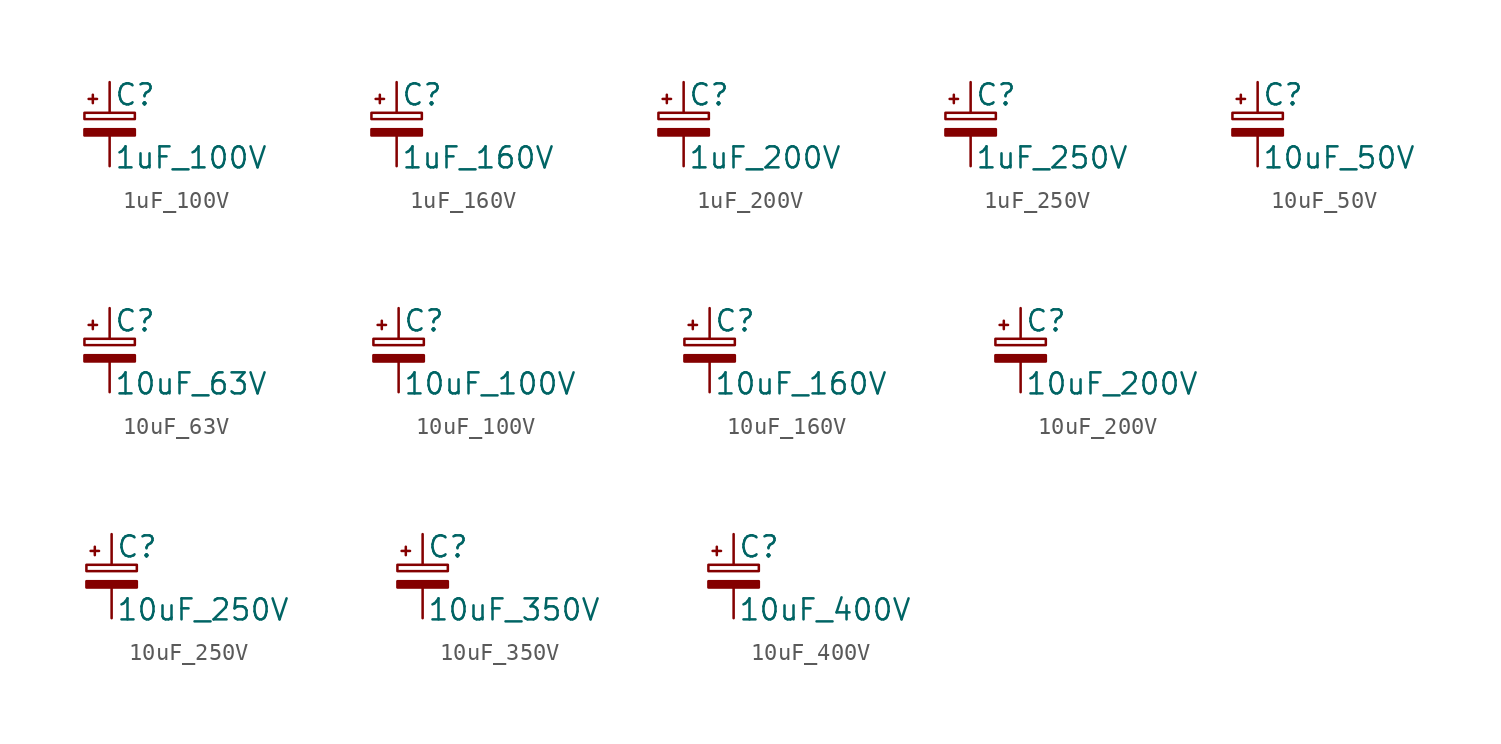
<source format=kicad_sym>
(kicad_symbol_lib
  (version 20211014)
  (generator kicad_symbol_editor)
  (symbol "1uF_100V"
    (pin_numbers hide)
    (pin_names
      (offset 0.254) hide)
    (property "Reference" "C"
      (at 0.254 1.778 0)
      (effects (font (size 1.27 1.27)) (justify left)))
    (property "Value" "1uF_100V"
      (at 0.254 -2.032 0)
      (effects (font (size 1.27 1.27)) (justify left)))
    (symbol "1uF_100V_0_1"
      (rectangle (start -1.524 -0.305) (end 1.524 -0.686) (stroke (width 0) (type default) (color 0 0 0 0)) (fill (type outline)))
      (rectangle (start -1.524 0.686) (end 1.524 0.305) (stroke (width 0) (type default) (color 0 0 0 0)) (fill (type none)))
      (polyline (pts (xy -1.27 1.524) (xy -0.762 1.524)) (stroke (width 0) (type default) (color 0 0 0 0)) (fill (type none)))
      (polyline (pts (xy -1.016 1.27) (xy -1.016 1.778)) (stroke (width 0) (type default) (color 0 0 0 0)) (fill (type none))))
    (symbol "1uF_100V_1_1"
      (pin passive line (at 0 2.54 270) (length 1.854) (name "~" (effects (font (size 1.27 1.27)))) (number "1" (effects (font (size 1.27 1.27)))))
      (pin passive line (at 0 -2.54 90) (length 1.854) (name "~" (effects (font (size 1.27 1.27)))) (number "2" (effects (font (size 1.27 1.27)))))))
  (symbol "1uF_160V"
    (pin_numbers hide)
    (pin_names
      (offset 0.254) hide)
    (property "Reference" "C"
      (at 0.254 1.778 0)
      (effects (font (size 1.27 1.27)) (justify left)))
    (property "Value" "1uF_160V"
      (at 0.254 -2.032 0)
      (effects (font (size 1.27 1.27)) (justify left)))
    (symbol "1uF_160V_0_1"
      (rectangle (start -1.524 -0.305) (end 1.524 -0.686) (stroke (width 0) (type default) (color 0 0 0 0)) (fill (type outline)))
      (rectangle (start -1.524 0.686) (end 1.524 0.305) (stroke (width 0) (type default) (color 0 0 0 0)) (fill (type none)))
      (polyline (pts (xy -1.27 1.524) (xy -0.762 1.524)) (stroke (width 0) (type default) (color 0 0 0 0)) (fill (type none)))
      (polyline (pts (xy -1.016 1.27) (xy -1.016 1.778)) (stroke (width 0) (type default) (color 0 0 0 0)) (fill (type none))))
    (symbol "1uF_160V_1_1"
      (pin passive line (at 0 2.54 270) (length 1.854) (name "~" (effects (font (size 1.27 1.27)))) (number "1" (effects (font (size 1.27 1.27)))))
      (pin passive line (at 0 -2.54 90) (length 1.854) (name "~" (effects (font (size 1.27 1.27)))) (number "2" (effects (font (size 1.27 1.27)))))))
  (symbol "1uF_200V"
    (pin_numbers hide)
    (pin_names
      (offset 0.254) hide)
    (property "Reference" "C"
      (at 0.254 1.778 0)
      (effects (font (size 1.27 1.27)) (justify left)))
    (property "Value" "1uF_200V"
      (at 0.254 -2.032 0)
      (effects (font (size 1.27 1.27)) (justify left)))
    (symbol "1uF_200V_0_1"
      (rectangle (start -1.524 -0.305) (end 1.524 -0.686) (stroke (width 0) (type default) (color 0 0 0 0)) (fill (type outline)))
      (rectangle (start -1.524 0.686) (end 1.524 0.305) (stroke (width 0) (type default) (color 0 0 0 0)) (fill (type none)))
      (polyline (pts (xy -1.27 1.524) (xy -0.762 1.524)) (stroke (width 0) (type default) (color 0 0 0 0)) (fill (type none)))
      (polyline (pts (xy -1.016 1.27) (xy -1.016 1.778)) (stroke (width 0) (type default) (color 0 0 0 0)) (fill (type none))))
    (symbol "1uF_200V_1_1"
      (pin passive line (at 0 2.54 270) (length 1.854) (name "~" (effects (font (size 1.27 1.27)))) (number "1" (effects (font (size 1.27 1.27)))))
      (pin passive line (at 0 -2.54 90) (length 1.854) (name "~" (effects (font (size 1.27 1.27)))) (number "2" (effects (font (size 1.27 1.27)))))))
  (symbol "1uF_250V"
    (pin_numbers hide)
    (pin_names
      (offset 0.254) hide)
    (property "Reference" "C"
      (at 0.254 1.778 0)
      (effects (font (size 1.27 1.27)) (justify left)))
    (property "Value" "1uF_250V"
      (at 0.254 -2.032 0)
      (effects (font (size 1.27 1.27)) (justify left)))
    (symbol "1uF_250V_0_1"
      (rectangle (start -1.524 -0.305) (end 1.524 -0.686) (stroke (width 0) (type default) (color 0 0 0 0)) (fill (type outline)))
      (rectangle (start -1.524 0.686) (end 1.524 0.305) (stroke (width 0) (type default) (color 0 0 0 0)) (fill (type none)))
      (polyline (pts (xy -1.27 1.524) (xy -0.762 1.524)) (stroke (width 0) (type default) (color 0 0 0 0)) (fill (type none)))
      (polyline (pts (xy -1.016 1.27) (xy -1.016 1.778)) (stroke (width 0) (type default) (color 0 0 0 0)) (fill (type none))))
    (symbol "1uF_250V_1_1"
      (pin passive line (at 0 2.54 270) (length 1.854) (name "~" (effects (font (size 1.27 1.27)))) (number "1" (effects (font (size 1.27 1.27)))))
      (pin passive line (at 0 -2.54 90) (length 1.854) (name "~" (effects (font (size 1.27 1.27)))) (number "2" (effects (font (size 1.27 1.27)))))))
  (symbol "10uF_50V"
    (pin_numbers hide)
    (pin_names
      (offset 0.254) hide)
    (property "Reference" "C"
      (at 0.254 1.778 0)
      (effects (font (size 1.27 1.27)) (justify left)))
    (property "Value" "10uF_50V"
      (at 0.254 -2.032 0)
      (effects (font (size 1.27 1.27)) (justify left)))
    (symbol "10uF_50V_0_1"
      (rectangle (start -1.524 -0.305) (end 1.524 -0.686) (stroke (width 0) (type default) (color 0 0 0 0)) (fill (type outline)))
      (rectangle (start -1.524 0.686) (end 1.524 0.305) (stroke (width 0) (type default) (color 0 0 0 0)) (fill (type none)))
      (polyline (pts (xy -1.27 1.524) (xy -0.762 1.524)) (stroke (width 0) (type default) (color 0 0 0 0)) (fill (type none)))
      (polyline (pts (xy -1.016 1.27) (xy -1.016 1.778)) (stroke (width 0) (type default) (color 0 0 0 0)) (fill (type none))))
    (symbol "10uF_50V_1_1"
      (pin passive line (at 0 2.54 270) (length 1.854) (name "~" (effects (font (size 1.27 1.27)))) (number "1" (effects (font (size 1.27 1.27)))))
      (pin passive line (at 0 -2.54 90) (length 1.854) (name "~" (effects (font (size 1.27 1.27)))) (number "2" (effects (font (size 1.27 1.27)))))))
  (symbol "10uF_63V"
    (pin_numbers hide)
    (pin_names
      (offset 0.254) hide)
    (property "Reference" "C"
      (at 0.254 1.778 0)
      (effects (font (size 1.27 1.27)) (justify left)))
    (property "Value" "10uF_63V"
      (at 0.254 -2.032 0)
      (effects (font (size 1.27 1.27)) (justify left)))
    (symbol "10uF_63V_0_1"
      (rectangle (start -1.524 -0.305) (end 1.524 -0.686) (stroke (width 0) (type default) (color 0 0 0 0)) (fill (type outline)))
      (rectangle (start -1.524 0.686) (end 1.524 0.305) (stroke (width 0) (type default) (color 0 0 0 0)) (fill (type none)))
      (polyline (pts (xy -1.27 1.524) (xy -0.762 1.524)) (stroke (width 0) (type default) (color 0 0 0 0)) (fill (type none)))
      (polyline (pts (xy -1.016 1.27) (xy -1.016 1.778)) (stroke (width 0) (type default) (color 0 0 0 0)) (fill (type none))))
    (symbol "10uF_63V_1_1"
      (pin passive line (at 0 2.54 270) (length 1.854) (name "~" (effects (font (size 1.27 1.27)))) (number "1" (effects (font (size 1.27 1.27)))))
      (pin passive line (at 0 -2.54 90) (length 1.854) (name "~" (effects (font (size 1.27 1.27)))) (number "2" (effects (font (size 1.27 1.27)))))))
  (symbol "10uF_100V"
    (pin_numbers hide)
    (pin_names
      (offset 0.254) hide)
    (property "Reference" "C"
      (at 0.254 1.778 0)
      (effects (font (size 1.27 1.27)) (justify left)))
    (property "Value" "10uF_100V"
      (at 0.254 -2.032 0)
      (effects (font (size 1.27 1.27)) (justify left)))
    (symbol "10uF_100V_0_1"
      (rectangle (start -1.524 -0.305) (end 1.524 -0.686) (stroke (width 0) (type default) (color 0 0 0 0)) (fill (type outline)))
      (rectangle (start -1.524 0.686) (end 1.524 0.305) (stroke (width 0) (type default) (color 0 0 0 0)) (fill (type none)))
      (polyline (pts (xy -1.27 1.524) (xy -0.762 1.524)) (stroke (width 0) (type default) (color 0 0 0 0)) (fill (type none)))
      (polyline (pts (xy -1.016 1.27) (xy -1.016 1.778)) (stroke (width 0) (type default) (color 0 0 0 0)) (fill (type none))))
    (symbol "10uF_100V_1_1"
      (pin passive line (at 0 2.54 270) (length 1.854) (name "~" (effects (font (size 1.27 1.27)))) (number "1" (effects (font (size 1.27 1.27)))))
      (pin passive line (at 0 -2.54 90) (length 1.854) (name "~" (effects (font (size 1.27 1.27)))) (number "2" (effects (font (size 1.27 1.27)))))))
  (symbol "10uF_160V"
    (pin_numbers hide)
    (pin_names
      (offset 0.254) hide)
    (property "Reference" "C"
      (at 0.254 1.778 0)
      (effects (font (size 1.27 1.27)) (justify left)))
    (property "Value" "10uF_160V"
      (at 0.254 -2.032 0)
      (effects (font (size 1.27 1.27)) (justify left)))
    (symbol "10uF_160V_0_1"
      (rectangle (start -1.524 -0.305) (end 1.524 -0.686) (stroke (width 0) (type default) (color 0 0 0 0)) (fill (type outline)))
      (rectangle (start -1.524 0.686) (end 1.524 0.305) (stroke (width 0) (type default) (color 0 0 0 0)) (fill (type none)))
      (polyline (pts (xy -1.27 1.524) (xy -0.762 1.524)) (stroke (width 0) (type default) (color 0 0 0 0)) (fill (type none)))
      (polyline (pts (xy -1.016 1.27) (xy -1.016 1.778)) (stroke (width 0) (type default) (color 0 0 0 0)) (fill (type none))))
    (symbol "10uF_160V_1_1"
      (pin passive line (at 0 2.54 270) (length 1.854) (name "~" (effects (font (size 1.27 1.27)))) (number "1" (effects (font (size 1.27 1.27)))))
      (pin passive line (at 0 -2.54 90) (length 1.854) (name "~" (effects (font (size 1.27 1.27)))) (number "2" (effects (font (size 1.27 1.27)))))))
  (symbol "10uF_200V"
    (pin_numbers hide)
    (pin_names
      (offset 0.254) hide)
    (property "Reference" "C"
      (at 0.254 1.778 0)
      (effects (font (size 1.27 1.27)) (justify left)))
    (property "Value" "10uF_200V"
      (at 0.254 -2.032 0)
      (effects (font (size 1.27 1.27)) (justify left)))
    (symbol "10uF_200V_0_1"
      (rectangle (start -1.524 -0.305) (end 1.524 -0.686) (stroke (width 0) (type default) (color 0 0 0 0)) (fill (type outline)))
      (rectangle (start -1.524 0.686) (end 1.524 0.305) (stroke (width 0) (type default) (color 0 0 0 0)) (fill (type none)))
      (polyline (pts (xy -1.27 1.524) (xy -0.762 1.524)) (stroke (width 0) (type default) (color 0 0 0 0)) (fill (type none)))
      (polyline (pts (xy -1.016 1.27) (xy -1.016 1.778)) (stroke (width 0) (type default) (color 0 0 0 0)) (fill (type none))))
    (symbol "10uF_200V_1_1"
      (pin passive line (at 0 2.54 270) (length 1.854) (name "~" (effects (font (size 1.27 1.27)))) (number "1" (effects (font (size 1.27 1.27)))))
      (pin passive line (at 0 -2.54 90) (length 1.854) (name "~" (effects (font (size 1.27 1.27)))) (number "2" (effects (font (size 1.27 1.27)))))))
  (symbol "10uF_250V"
    (pin_numbers hide)
    (pin_names
      (offset 0.254) hide)
    (property "Reference" "C"
      (at 0.254 1.778 0)
      (effects (font (size 1.27 1.27)) (justify left)))
    (property "Value" "10uF_250V"
      (at 0.254 -2.032 0)
      (effects (font (size 1.27 1.27)) (justify left)))
    (symbol "10uF_250V_0_1"
      (rectangle (start -1.524 -0.305) (end 1.524 -0.686) (stroke (width 0) (type default) (color 0 0 0 0)) (fill (type outline)))
      (rectangle (start -1.524 0.686) (end 1.524 0.305) (stroke (width 0) (type default) (color 0 0 0 0)) (fill (type none)))
      (polyline (pts (xy -1.27 1.524) (xy -0.762 1.524)) (stroke (width 0) (type default) (color 0 0 0 0)) (fill (type none)))
      (polyline (pts (xy -1.016 1.27) (xy -1.016 1.778)) (stroke (width 0) (type default) (color 0 0 0 0)) (fill (type none))))
    (symbol "10uF_250V_1_1"
      (pin passive line (at 0 2.54 270) (length 1.854) (name "~" (effects (font (size 1.27 1.27)))) (number "1" (effects (font (size 1.27 1.27)))))
      (pin passive line (at 0 -2.54 90) (length 1.854) (name "~" (effects (font (size 1.27 1.27)))) (number "2" (effects (font (size 1.27 1.27)))))))
  (symbol "10uF_350V"
    (pin_numbers hide)
    (pin_names
      (offset 0.254) hide)
    (property "Reference" "C"
      (at 0.254 1.778 0)
      (effects (font (size 1.27 1.27)) (justify left)))
    (property "Value" "10uF_350V"
      (at 0.254 -2.032 0)
      (effects (font (size 1.27 1.27)) (justify left)))
    (symbol "10uF_350V_0_1"
      (rectangle (start -1.524 -0.305) (end 1.524 -0.686) (stroke (width 0) (type default) (color 0 0 0 0)) (fill (type outline)))
      (rectangle (start -1.524 0.686) (end 1.524 0.305) (stroke (width 0) (type default) (color 0 0 0 0)) (fill (type none)))
      (polyline (pts (xy -1.27 1.524) (xy -0.762 1.524)) (stroke (width 0) (type default) (color 0 0 0 0)) (fill (type none)))
      (polyline (pts (xy -1.016 1.27) (xy -1.016 1.778)) (stroke (width 0) (type default) (color 0 0 0 0)) (fill (type none))))
    (symbol "10uF_350V_1_1"
      (pin passive line (at 0 2.54 270) (length 1.854) (name "~" (effects (font (size 1.27 1.27)))) (number "1" (effects (font (size 1.27 1.27)))))
      (pin passive line (at 0 -2.54 90) (length 1.854) (name "~" (effects (font (size 1.27 1.27)))) (number "2" (effects (font (size 1.27 1.27)))))))
  (symbol "10uF_400V"
    (pin_numbers hide)
    (pin_names
      (offset 0.254) hide)
    (property "Reference" "C"
      (at 0.254 1.778 0)
      (effects (font (size 1.27 1.27)) (justify left)))
    (property "Value" "10uF_400V"
      (at 0.254 -2.032 0)
      (effects (font (size 1.27 1.27)) (justify left)))
    (symbol "10uF_400V_0_1"
      (rectangle (start -1.524 -0.305) (end 1.524 -0.686) (stroke (width 0) (type default) (color 0 0 0 0)) (fill (type outline)))
      (rectangle (start -1.524 0.686) (end 1.524 0.305) (stroke (width 0) (type default) (color 0 0 0 0)) (fill (type none)))
      (polyline (pts (xy -1.27 1.524) (xy -0.762 1.524)) (stroke (width 0) (type default) (color 0 0 0 0)) (fill (type none)))
      (polyline (pts (xy -1.016 1.27) (xy -1.016 1.778)) (stroke (width 0) (type default) (color 0 0 0 0)) (fill (type none))))
    (symbol "10uF_400V_1_1"
      (pin passive line (at 0 2.54 270) (length 1.854) (name "~" (effects (font (size 1.27 1.27)))) (number "1" (effects (font (size 1.27 1.27)))))
      (pin passive line (at 0 -2.54 90) (length 1.854) (name "~" (effects (font (size 1.27 1.27)))) (number "2" (effects (font (size 1.27 1.27))))))))
</source>
